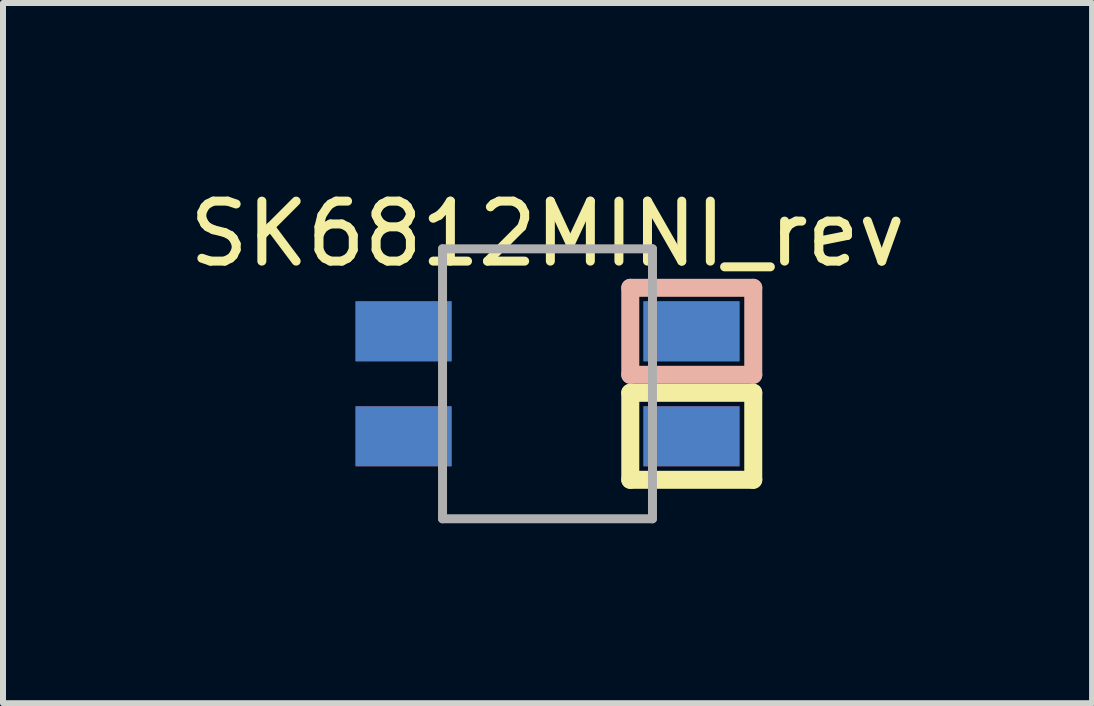
<source format=kicad_pcb>
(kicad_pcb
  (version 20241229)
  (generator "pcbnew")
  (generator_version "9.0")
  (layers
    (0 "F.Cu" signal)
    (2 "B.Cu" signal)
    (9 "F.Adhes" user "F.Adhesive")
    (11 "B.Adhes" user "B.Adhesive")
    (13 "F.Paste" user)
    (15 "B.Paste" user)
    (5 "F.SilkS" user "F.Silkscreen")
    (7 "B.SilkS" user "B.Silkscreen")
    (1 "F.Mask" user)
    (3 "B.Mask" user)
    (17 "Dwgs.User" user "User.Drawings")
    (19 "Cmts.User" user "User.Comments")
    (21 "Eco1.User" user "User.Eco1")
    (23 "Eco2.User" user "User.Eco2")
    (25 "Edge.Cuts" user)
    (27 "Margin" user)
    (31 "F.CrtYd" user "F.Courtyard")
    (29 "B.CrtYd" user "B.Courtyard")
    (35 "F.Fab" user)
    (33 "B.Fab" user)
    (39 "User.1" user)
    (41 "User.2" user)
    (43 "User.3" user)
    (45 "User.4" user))
  (footprint "SK6812MINI_rev"
    (layer "F.Cu")
    (at 6.077 3.348)
    (property "Reference" "SK6812MINI_rev" (at 0 -2.5 0) (layer "F.SilkS") (effects (font (size 1 1) (thickness 0.15))))
    (attr through_hole)
    (fp_line (start 1.38 0.15) (end 3.43 0.15) (stroke (width 0.3) (type solid)) (layer "F.SilkS"))
    (fp_line (start 1.38 1.6) (end 1.38 0.15) (stroke (width 0.3) (type solid)) (layer "F.SilkS"))
    (fp_line (start 3.43 0.15) (end 3.43 1.6) (stroke (width 0.3) (type solid)) (layer "F.SilkS"))
    (fp_line (start 3.43 1.6) (end 1.38 1.6) (stroke (width 0.3) (type solid)) (layer "F.SilkS"))
    (fp_line (start 1.38 -1.6) (end 3.43 -1.6) (stroke (width 0.3) (type solid)) (layer "B.SilkS"))
    (fp_line (start 1.38 -0.15) (end 1.38 -1.6) (stroke (width 0.3) (type solid)) (layer "B.SilkS"))
    (fp_line (start 3.43 -1.6) (end 3.43 -0.15) (stroke (width 0.3) (type solid)) (layer "B.SilkS"))
    (fp_line (start 3.43 -0.15) (end 1.38 -0.15) (stroke (width 0.3) (type solid)) (layer "B.SilkS"))
    (fp_line (start -1.75 -2.25) (end -1.75 2.25) (stroke (width 0.15) (type solid)) (layer "F.Fab"))
    (fp_line (start -1.75 -2.25) (end 1.75 -2.25) (stroke (width 0.15) (type solid)) (layer "F.Fab"))
    (fp_line (start 1.75 -2.25) (end 1.75 2.25) (stroke (width 0.15) (type solid)) (layer "F.Fab"))
    (fp_line (start 1.75 2.25) (end -1.75 2.25) (stroke (width 0.15) (type solid)) (layer "F.Fab"))
    (pad "1" smd rect (at -2.4 -0.875) (size 1.6 1) (layers "B.Cu" "B.Mask" "B.Paste"))
    (pad "1" smd rect (at -2.4 0.875) (size 1.6 1) (layers "F.Cu" "F.Mask" "F.Paste"))
    (pad "2" smd rect (at -2.4 -0.875) (size 1.6 1) (layers "F.Cu" "F.Mask" "F.Paste"))
    (pad "2" smd rect (at -2.4 0.875) (size 1.6 1) (layers "B.Cu" "B.Mask" "B.Paste"))
    (pad "3" smd rect (at 2.4 -0.875) (size 1.6 1) (layers "F.Cu" "F.Mask" "F.Paste"))
    (pad "3" smd rect (at 2.4 0.875) (size 1.6 1) (layers "B.Cu" "B.Mask" "B.Paste"))
    (pad "4" smd rect (at 2.4 -0.875) (size 1.6 1) (layers "B.Cu" "B.Mask" "B.Paste"))
    (pad "4" smd rect (at 2.4 0.875) (size 1.6 1) (layers "F.Cu" "F.Mask" "F.Paste")))
  (gr_rect
    (start -3 -3)
    (end 15.155 8.673)
    (stroke (width 0.1) (type default))
    (fill no)
    (layer "Edge.Cuts")))
</source>
